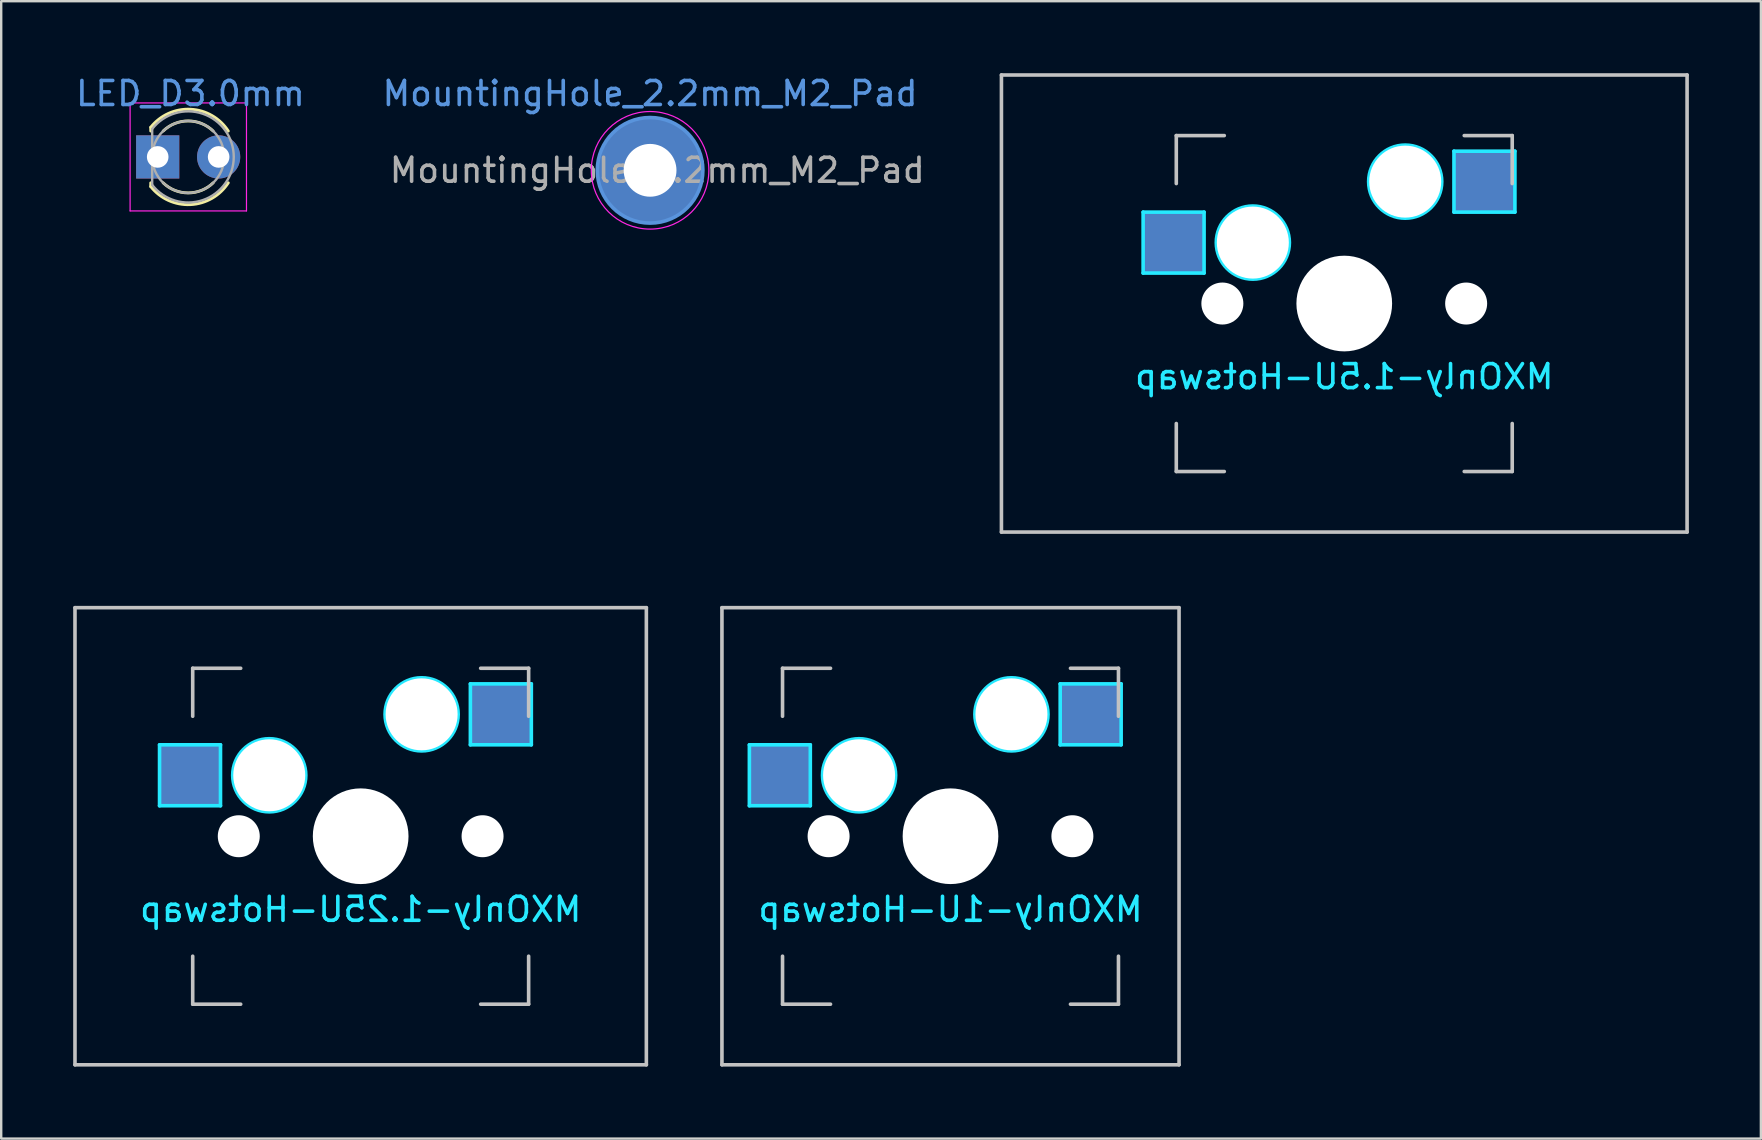
<source format=kicad_pcb>
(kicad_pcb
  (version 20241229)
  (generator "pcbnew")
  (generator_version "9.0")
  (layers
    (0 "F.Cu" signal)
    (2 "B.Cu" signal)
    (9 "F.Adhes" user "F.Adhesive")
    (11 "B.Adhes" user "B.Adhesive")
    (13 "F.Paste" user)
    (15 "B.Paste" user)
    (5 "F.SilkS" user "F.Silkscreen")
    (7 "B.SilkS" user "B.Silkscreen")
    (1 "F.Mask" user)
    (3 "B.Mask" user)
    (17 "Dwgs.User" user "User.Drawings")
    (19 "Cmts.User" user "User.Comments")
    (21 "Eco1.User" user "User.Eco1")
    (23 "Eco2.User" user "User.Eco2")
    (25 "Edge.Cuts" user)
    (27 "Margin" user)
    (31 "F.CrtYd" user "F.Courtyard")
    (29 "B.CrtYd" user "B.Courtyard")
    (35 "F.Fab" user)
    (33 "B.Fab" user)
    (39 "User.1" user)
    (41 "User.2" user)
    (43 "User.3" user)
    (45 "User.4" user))
  (footprint "MXOnly-1U-Hotswap"
    (layer "F.Cu")
    (at 36.562 31.8)
    (property "Reference" "MXOnly-1U-Hotswap" (at 0 3.048 0) (layer "B.CrtYd") (effects (font (size 1 1) (thickness 0.15)) (justify mirror)))
    (attr smd)
    (fp_line (start -9.525 -9.525) (end 9.525 -9.525) (stroke (width 0.15) (type solid)) (layer "Dwgs.User"))
    (fp_line (start -9.525 9.525) (end -9.525 -9.525) (stroke (width 0.15) (type solid)) (layer "Dwgs.User"))
    (fp_line (start -7 -7) (end -7 -5) (stroke (width 0.15) (type solid)) (layer "Dwgs.User"))
    (fp_line (start -7 5) (end -7 7) (stroke (width 0.15) (type solid)) (layer "Dwgs.User"))
    (fp_line (start -7 7) (end -5 7) (stroke (width 0.15) (type solid)) (layer "Dwgs.User"))
    (fp_line (start -5 -7) (end -7 -7) (stroke (width 0.15) (type solid)) (layer "Dwgs.User"))
    (fp_line (start 5 -7) (end 7 -7) (stroke (width 0.15) (type solid)) (layer "Dwgs.User"))
    (fp_line (start 5 7) (end 7 7) (stroke (width 0.15) (type solid)) (layer "Dwgs.User"))
    (fp_line (start 7 -7) (end 7 -5) (stroke (width 0.15) (type solid)) (layer "Dwgs.User"))
    (fp_line (start 7 7) (end 7 5) (stroke (width 0.15) (type solid)) (layer "Dwgs.User"))
    (fp_line (start 9.525 -9.525) (end 9.525 9.525) (stroke (width 0.15) (type solid)) (layer "Dwgs.User"))
    (fp_line (start 9.525 9.525) (end -9.525 9.525) (stroke (width 0.15) (type solid)) (layer "Dwgs.User"))
    (fp_line (start -8.382 -3.81) (end -8.382 -1.27) (stroke (width 0.15) (type solid)) (layer "B.CrtYd"))
    (fp_line (start -8.382 -1.27) (end -5.842 -1.27) (stroke (width 0.15) (type solid)) (layer "B.CrtYd"))
    (fp_line (start -5.842 -3.81) (end -8.382 -3.81) (stroke (width 0.15) (type solid)) (layer "B.CrtYd"))
    (fp_line (start -5.842 -1.27) (end -5.842 -3.81) (stroke (width 0.15) (type solid)) (layer "B.CrtYd"))
    (fp_line (start 4.572 -6.35) (end 7.112 -6.35) (stroke (width 0.15) (type solid)) (layer "B.CrtYd"))
    (fp_line (start 4.572 -3.81) (end 4.572 -6.35) (stroke (width 0.15) (type solid)) (layer "B.CrtYd"))
    (fp_line (start 7.112 -6.35) (end 7.112 -3.81) (stroke (width 0.15) (type solid)) (layer "B.CrtYd"))
    (fp_line (start 7.112 -3.81) (end 4.572 -3.81) (stroke (width 0.15) (type solid)) (layer "B.CrtYd"))
    (fp_circle (center -3.81 -2.54) (end -3.81 -4.064) (stroke (width 0.15) (type solid)) (fill no) (layer "B.CrtYd"))
    (fp_circle (center 2.54 -5.08) (end 2.54 -6.604) (stroke (width 0.15) (type solid)) (fill no) (layer "B.CrtYd"))
    (pad "" np_thru_hole circle (at -5.08 0 48.1) (size 1.75 1.75) (drill 1.75) (layers "*.Cu" "*.Mask"))
    (pad "" np_thru_hole circle (at -3.81 -2.54) (size 3 3) (drill 3) (layers "*.Cu" "*.Mask"))
    (pad "" np_thru_hole circle (at 0 0) (size 3.988 3.988) (drill 3.988) (layers "*.Cu" "*.Mask"))
    (pad "" np_thru_hole circle (at 2.54 -5.08) (size 3 3) (drill 3) (layers "*.Cu" "*.Mask"))
    (pad "" np_thru_hole circle (at 5.08 0 48.1) (size 1.75 1.75) (drill 1.75) (layers "*.Cu" "*.Mask"))
    (pad "1" smd rect (at -7.085 -2.54) (size 2.55 2.5) (layers "B.Cu" "B.Mask" "B.Paste"))
    (pad "2" smd rect (at 5.842 -5.08) (size 2.55 2.5) (layers "B.Cu" "B.Mask" "B.Paste")))
  (footprint "MXOnly-1.5U-Hotswap"
    (layer "F.Cu")
    (at 52.972 9.6)
    (property "Reference" "MXOnly-1.5U-Hotswap" (at 0 3.048 0) (layer "B.CrtYd") (effects (font (size 1 1) (thickness 0.15)) (justify mirror)))
    (attr smd)
    (fp_line (start -14.287 -9.525) (end 14.287 -9.525) (stroke (width 0.15) (type solid)) (layer "Dwgs.User"))
    (fp_line (start -14.287 9.525) (end -14.287 -9.525) (stroke (width 0.15) (type solid)) (layer "Dwgs.User"))
    (fp_line (start -7 -7) (end -7 -5) (stroke (width 0.15) (type solid)) (layer "Dwgs.User"))
    (fp_line (start -7 5) (end -7 7) (stroke (width 0.15) (type solid)) (layer "Dwgs.User"))
    (fp_line (start -7 7) (end -5 7) (stroke (width 0.15) (type solid)) (layer "Dwgs.User"))
    (fp_line (start -5 -7) (end -7 -7) (stroke (width 0.15) (type solid)) (layer "Dwgs.User"))
    (fp_line (start 5 -7) (end 7 -7) (stroke (width 0.15) (type solid)) (layer "Dwgs.User"))
    (fp_line (start 5 7) (end 7 7) (stroke (width 0.15) (type solid)) (layer "Dwgs.User"))
    (fp_line (start 7 -7) (end 7 -5) (stroke (width 0.15) (type solid)) (layer "Dwgs.User"))
    (fp_line (start 7 7) (end 7 5) (stroke (width 0.15) (type solid)) (layer "Dwgs.User"))
    (fp_line (start 14.287 -9.525) (end 14.287 9.525) (stroke (width 0.15) (type solid)) (layer "Dwgs.User"))
    (fp_line (start 14.287 9.525) (end -14.287 9.525) (stroke (width 0.15) (type solid)) (layer "Dwgs.User"))
    (fp_line (start -8.382 -3.81) (end -5.842 -3.81) (stroke (width 0.15) (type solid)) (layer "B.CrtYd"))
    (fp_line (start -8.382 -1.27) (end -8.382 -3.81) (stroke (width 0.15) (type solid)) (layer "B.CrtYd"))
    (fp_line (start -5.842 -3.81) (end -5.842 -1.27) (stroke (width 0.15) (type solid)) (layer "B.CrtYd"))
    (fp_line (start -5.842 -1.27) (end -8.382 -1.27) (stroke (width 0.15) (type solid)) (layer "B.CrtYd"))
    (fp_line (start 4.572 -6.35) (end 7.112 -6.35) (stroke (width 0.15) (type solid)) (layer "B.CrtYd"))
    (fp_line (start 4.572 -3.81) (end 4.572 -6.35) (stroke (width 0.15) (type solid)) (layer "B.CrtYd"))
    (fp_line (start 7.112 -6.35) (end 7.112 -3.81) (stroke (width 0.15) (type solid)) (layer "B.CrtYd"))
    (fp_line (start 7.112 -3.81) (end 4.572 -3.81) (stroke (width 0.15) (type solid)) (layer "B.CrtYd"))
    (fp_circle (center -3.81 -2.54) (end -3.81 -4.064) (stroke (width 0.15) (type solid)) (fill no) (layer "B.CrtYd"))
    (fp_circle (center 2.54 -5.08) (end 2.54 -6.604) (stroke (width 0.15) (type solid)) (fill no) (layer "B.CrtYd"))
    (pad "" np_thru_hole circle (at -5.08 0 48.1) (size 1.75 1.75) (drill 1.75) (layers "*.Cu" "*.Mask"))
    (pad "" np_thru_hole circle (at -3.81 -2.54) (size 3 3) (drill 3) (layers "*.Cu" "*.Mask"))
    (pad "" np_thru_hole circle (at 0 0) (size 3.988 3.988) (drill 3.988) (layers "*.Cu" "*.Mask"))
    (pad "" np_thru_hole circle (at 2.54 -5.08) (size 3 3) (drill 3) (layers "*.Cu" "*.Mask"))
    (pad "" np_thru_hole circle (at 5.08 0 48.1) (size 1.75 1.75) (drill 1.75) (layers "*.Cu" "*.Mask"))
    (pad "1" smd rect (at -7.085 -2.54) (size 2.55 2.5) (layers "B.Cu" "B.Mask" "B.Paste"))
    (pad "2" smd rect (at 5.842 -5.08) (size 2.55 2.5) (layers "B.Cu" "B.Mask" "B.Paste")))
  (footprint "MountingHole_2.2mm_M2_Pad"
    (layer "F.Cu")
    (at 24.042 4.048)
    (property "Reference" "MountingHole_2.2mm_M2_Pad" (at 0 -3.2 0) (layer "Cmts.User") (effects (font (size 1 1) (thickness 0.15))))
    (attr exclude_from_pos_files exclude_from_bom)
    (fp_circle (center 0 0) (end 2.2 0) (stroke (width 0.15) (type solid)) (fill no) (layer "Cmts.User"))
    (fp_circle (center 0 0) (end 2.45 0) (stroke (width 0.05) (type solid)) (fill no) (layer "F.CrtYd"))
    (fp_text user "${REFERENCE}" (at 0.3 0 0) (layer "F.Fab") (effects (font (size 1 1) (thickness 0.15))))
    (pad "1" thru_hole circle (at 0 0) (size 4.4 4.4) (drill 2.2) (layers "*.Cu" "*.Mask")))
  (footprint "LED_D3.0mm"
    (layer "F.Cu")
    (at 3.522 3.49)
    (property "Reference" "LED_D3.0mm" (at 1.365 -2.642 0) (layer "Cmts.User") (effects (font (size 1 1) (thickness 0.15))))
    (attr through_hole)
    (fp_line (start -0.29 -1.236) (end -0.29 -1.08) (stroke (width 0.12) (type solid)) (layer "F.SilkS"))
    (fp_line (start -0.29 1.08) (end -0.29 1.236) (stroke (width 0.12) (type solid)) (layer "F.SilkS"))
    (fp_arc (start -0.29 -1.235516) (mid 1.366487 -1.987659) (end 2.942335 -1.078608) (stroke (width 0.12) (type solid)) (layer "F.SilkS"))
    (fp_arc (start 0.229039 -1.08) (mid 1.270117 -1.5) (end 2.31113 -1.079837) (stroke (width 0.12) (type solid)) (layer "F.SilkS"))
    (fp_arc (start 2.31113 1.079837) (mid 1.270117 1.5) (end 0.229039 1.08) (stroke (width 0.12) (type solid)) (layer "F.SilkS"))
    (fp_arc (start 2.942335 1.078608) (mid 1.366487 1.987659) (end -0.29 1.235516) (stroke (width 0.12) (type solid)) (layer "F.SilkS"))
    (fp_line (start -1.15 -2.25) (end -1.15 2.25) (stroke (width 0.05) (type solid)) (layer "F.CrtYd"))
    (fp_line (start -1.15 2.25) (end 3.7 2.25) (stroke (width 0.05) (type solid)) (layer "F.CrtYd"))
    (fp_line (start 3.7 -2.25) (end -1.15 -2.25) (stroke (width 0.05) (type solid)) (layer "F.CrtYd"))
    (fp_line (start 3.7 2.25) (end 3.7 -2.25) (stroke (width 0.05) (type solid)) (layer "F.CrtYd"))
    (fp_line (start -0.23 -1.166) (end -0.23 1.166) (stroke (width 0.1) (type solid)) (layer "F.Fab"))
    (fp_arc (start -0.23 -1.16619) (mid 3.17 0.000452) (end -0.230555 1.165476) (stroke (width 0.1) (type solid)) (layer "F.Fab"))
    (fp_circle (center 1.27 0) (end 2.77 0) (stroke (width 0.1) (type solid)) (fill no) (layer "F.Fab"))
    (pad "1" thru_hole rect (at 0 0) (size 1.8 1.8) (drill 0.9) (layers "*.Cu" "*.Mask"))
    (pad "2" thru_hole circle (at 2.54 0) (size 1.8 1.8) (drill 0.9) (layers "*.Cu" "*.Mask")))
  (footprint "MXOnly-1.25U-Hotswap"
    (layer "F.Cu")
    (at 11.981 31.8)
    (property "Reference" "MXOnly-1.25U-Hotswap" (at 0 3.048 0) (layer "B.CrtYd") (effects (font (size 1 1) (thickness 0.15)) (justify mirror)))
    (attr smd)
    (fp_line (start -11.906 -9.525) (end 11.906 -9.525) (stroke (width 0.15) (type solid)) (layer "Dwgs.User"))
    (fp_line (start -11.906 9.525) (end -11.906 -9.525) (stroke (width 0.15) (type solid)) (layer "Dwgs.User"))
    (fp_line (start -7 -7) (end -7 -5) (stroke (width 0.15) (type solid)) (layer "Dwgs.User"))
    (fp_line (start -7 5) (end -7 7) (stroke (width 0.15) (type solid)) (layer "Dwgs.User"))
    (fp_line (start -7 7) (end -5 7) (stroke (width 0.15) (type solid)) (layer "Dwgs.User"))
    (fp_line (start -5 -7) (end -7 -7) (stroke (width 0.15) (type solid)) (layer "Dwgs.User"))
    (fp_line (start 5 -7) (end 7 -7) (stroke (width 0.15) (type solid)) (layer "Dwgs.User"))
    (fp_line (start 5 7) (end 7 7) (stroke (width 0.15) (type solid)) (layer "Dwgs.User"))
    (fp_line (start 7 -7) (end 7 -5) (stroke (width 0.15) (type solid)) (layer "Dwgs.User"))
    (fp_line (start 7 7) (end 7 5) (stroke (width 0.15) (type solid)) (layer "Dwgs.User"))
    (fp_line (start 11.906 -9.525) (end 11.906 9.525) (stroke (width 0.15) (type solid)) (layer "Dwgs.User"))
    (fp_line (start 11.906 9.525) (end -11.906 9.525) (stroke (width 0.15) (type solid)) (layer "Dwgs.User"))
    (fp_line (start -8.382 -3.81) (end -5.842 -3.81) (stroke (width 0.15) (type solid)) (layer "B.CrtYd"))
    (fp_line (start -8.382 -1.27) (end -8.382 -3.81) (stroke (width 0.15) (type solid)) (layer "B.CrtYd"))
    (fp_line (start -5.842 -3.81) (end -5.842 -1.27) (stroke (width 0.15) (type solid)) (layer "B.CrtYd"))
    (fp_line (start -5.842 -1.27) (end -8.382 -1.27) (stroke (width 0.15) (type solid)) (layer "B.CrtYd"))
    (fp_line (start 4.572 -6.35) (end 7.112 -6.35) (stroke (width 0.15) (type solid)) (layer "B.CrtYd"))
    (fp_line (start 4.572 -3.81) (end 4.572 -6.35) (stroke (width 0.15) (type solid)) (layer "B.CrtYd"))
    (fp_line (start 7.112 -6.35) (end 7.112 -3.81) (stroke (width 0.15) (type solid)) (layer "B.CrtYd"))
    (fp_line (start 7.112 -3.81) (end 4.572 -3.81) (stroke (width 0.15) (type solid)) (layer "B.CrtYd"))
    (fp_circle (center -3.81 -2.54) (end -3.81 -4.064) (stroke (width 0.15) (type solid)) (fill no) (layer "B.CrtYd"))
    (fp_circle (center 2.54 -5.08) (end 2.54 -6.604) (stroke (width 0.15) (type solid)) (fill no) (layer "B.CrtYd"))
    (pad "" np_thru_hole circle (at -5.08 0 48.1) (size 1.75 1.75) (drill 1.75) (layers "*.Cu" "*.Mask"))
    (pad "" np_thru_hole circle (at -3.81 -2.54) (size 3 3) (drill 3) (layers "*.Cu" "*.Mask"))
    (pad "" np_thru_hole circle (at 0 0) (size 3.988 3.988) (drill 3.988) (layers "*.Cu" "*.Mask"))
    (pad "" np_thru_hole circle (at 2.54 -5.08) (size 3 3) (drill 3) (layers "*.Cu" "*.Mask"))
    (pad "" np_thru_hole circle (at 5.08 0 48.1) (size 1.75 1.75) (drill 1.75) (layers "*.Cu" "*.Mask"))
    (pad "1" smd rect (at -7.085 -2.54) (size 2.55 2.5) (layers "B.Cu" "B.Mask" "B.Paste"))
    (pad "2" smd rect (at 5.842 -5.08) (size 2.55 2.5) (layers "B.Cu" "B.Mask" "B.Paste")))
  (gr_rect
    (start -3 -3)
    (end 70.335 44.4)
    (stroke (width 0.1) (type default))
    (fill no)
    (layer "Edge.Cuts")))
</source>
